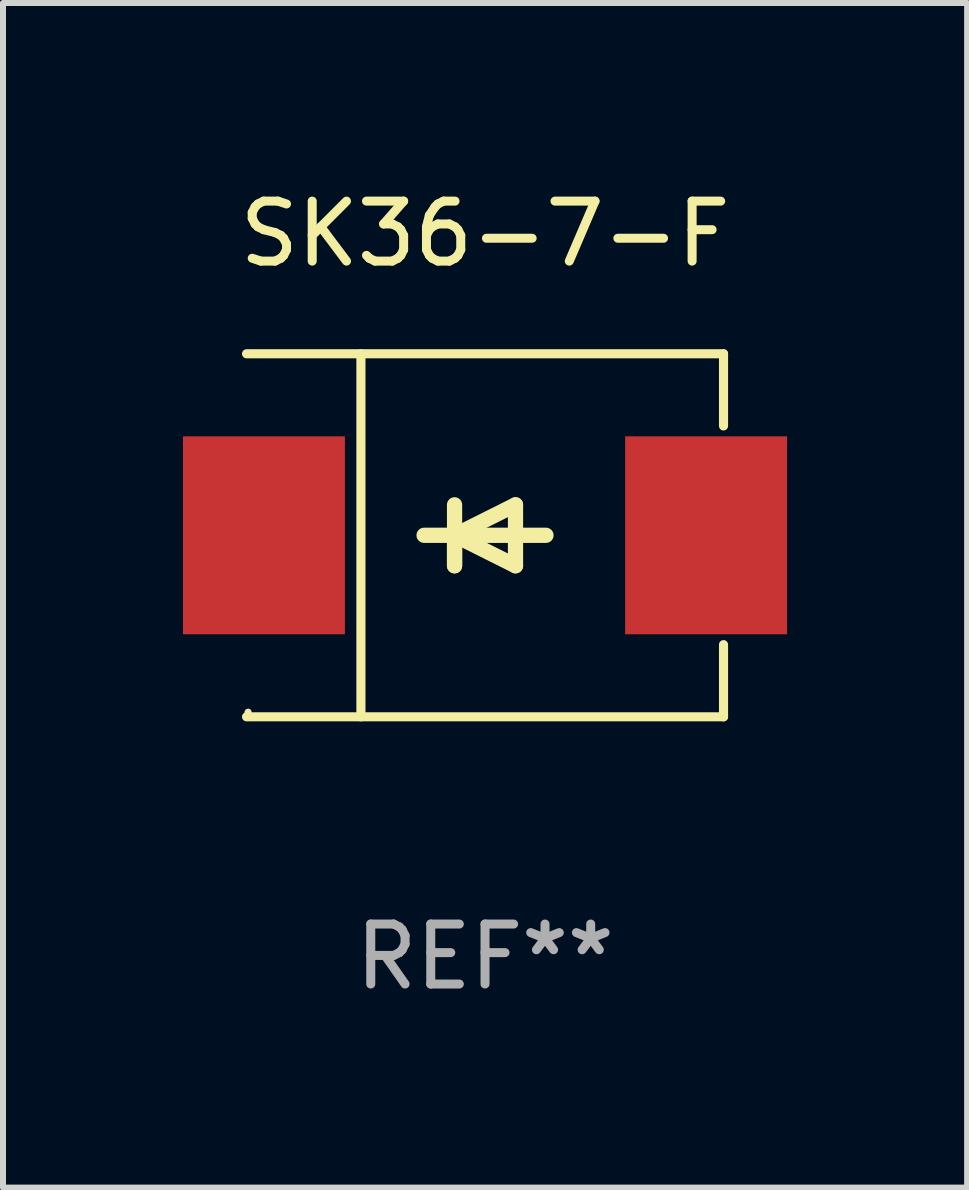
<source format=kicad_pcb>
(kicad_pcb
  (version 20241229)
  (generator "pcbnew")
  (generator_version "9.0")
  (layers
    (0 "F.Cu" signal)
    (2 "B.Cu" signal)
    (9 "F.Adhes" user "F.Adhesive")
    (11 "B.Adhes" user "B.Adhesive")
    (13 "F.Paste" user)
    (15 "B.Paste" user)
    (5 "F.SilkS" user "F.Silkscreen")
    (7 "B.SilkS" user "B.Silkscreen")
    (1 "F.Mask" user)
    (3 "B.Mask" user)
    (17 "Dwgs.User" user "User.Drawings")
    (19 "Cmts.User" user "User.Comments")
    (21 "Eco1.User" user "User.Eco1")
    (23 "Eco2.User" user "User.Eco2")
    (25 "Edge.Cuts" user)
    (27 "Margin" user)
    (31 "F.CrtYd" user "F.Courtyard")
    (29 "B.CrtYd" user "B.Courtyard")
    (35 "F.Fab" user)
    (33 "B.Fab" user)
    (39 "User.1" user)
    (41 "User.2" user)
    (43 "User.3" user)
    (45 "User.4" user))
  (footprint "SK36-7-F"
    (layer "F.Cu")
    (at 5.036 5.874)
    (property "Reference" "SK36-7-F" (at 0 -5.026 0) (layer "F.SilkS") (effects (font (size 1 1) (thickness 0.15))))
    (attr through_hole)
    (fp_line (start -3.976 -3.026) (end 3.976 -3.026) (stroke (width 0.152) (type solid)) (layer "F.SilkS"))
    (fp_line (start -3.976 3.026) (end 3.976 3.026) (stroke (width 0.152) (type solid)) (layer "F.SilkS"))
    (fp_line (start -2.069 -3.026) (end -2.069 3.026) (stroke (width 0.152) (type solid)) (layer "F.SilkS"))
    (fp_line (start -0.508 0) (end -0.508 0.508) (stroke (width 0.254) (type solid)) (layer "F.SilkS"))
    (fp_line (start -0.508 0) (end 0.508 0.508) (stroke (width 0.254) (type solid)) (layer "F.SilkS"))
    (fp_line (start -0.508 0.508) (end -0.508 -0.508) (stroke (width 0.254) (type solid)) (layer "F.SilkS"))
    (fp_line (start 0.508 -0.508) (end -0.508 0) (stroke (width 0.254) (type solid)) (layer "F.SilkS"))
    (fp_line (start 0.508 0.508) (end 0.508 -0.508) (stroke (width 0.254) (type solid)) (layer "F.SilkS"))
    (fp_line (start 1.016 0) (end -1.016 0) (stroke (width 0.254) (type solid)) (layer "F.SilkS"))
    (fp_line (start 3.976 -3.026) (end 3.976 -1.823) (stroke (width 0.152) (type solid)) (layer "F.SilkS"))
    (fp_line (start 3.976 3.026) (end 3.976 1.823) (stroke (width 0.152) (type solid)) (layer "F.SilkS"))
    (fp_circle (center -3.95 2.95) (end -3.92 2.95) (stroke (width 0.06) (type solid)) (fill no) (layer "F.SilkS"))
    (fp_text user "REF**" (at 0 7.026 0) (layer "F.Fab") (effects (font (size 1 1) (thickness 0.15))))
    (pad "1" smd rect (at -3.686 0) (size 2.7 3.3) (layers "F.Cu" "F.Mask" "F.Paste"))
    (pad "2" smd rect (at 3.686 0) (size 2.7 3.3) (layers "F.Cu" "F.Mask" "F.Paste")))
  (gr_rect
    (start -3 -3)
    (end 13.073 16.749)
    (stroke (width 0.1) (type default))
    (fill no)
    (layer "Edge.Cuts")))
</source>
